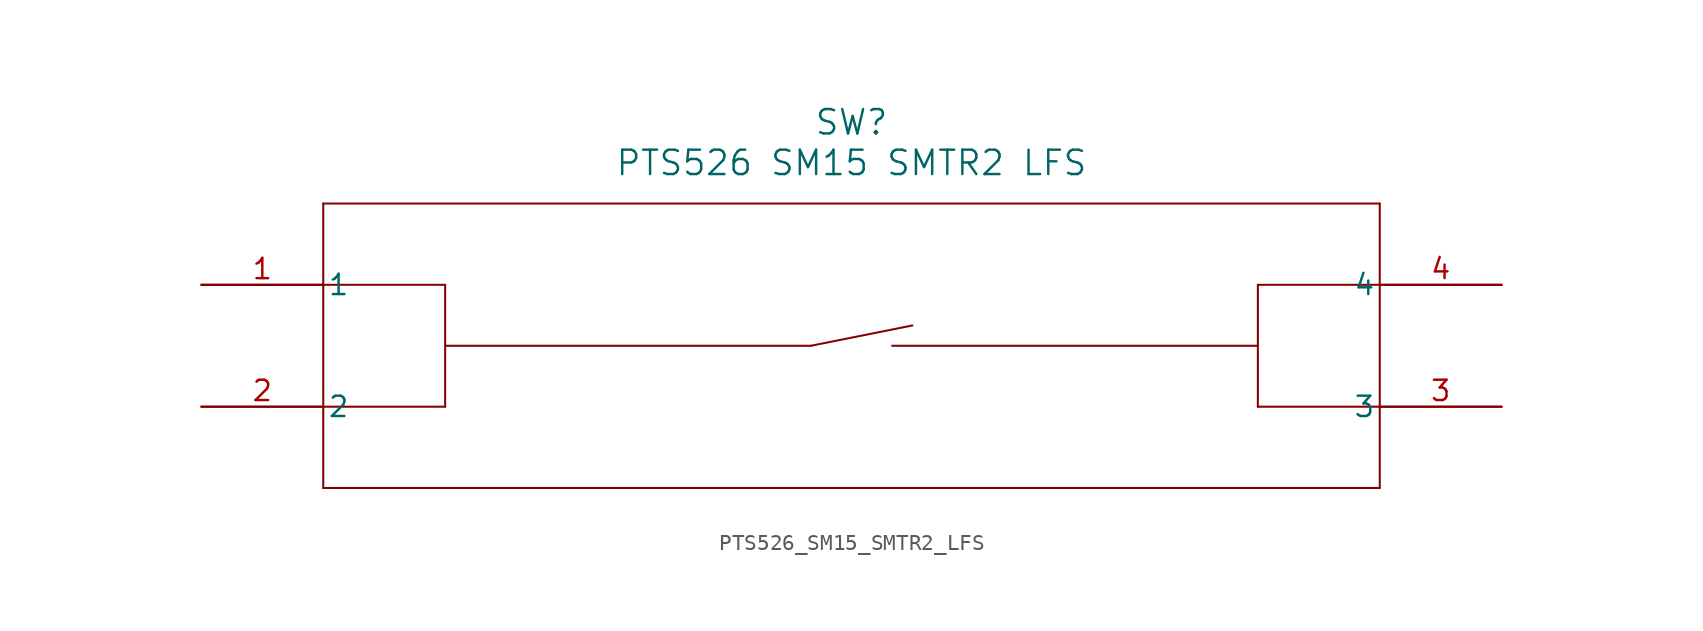
<source format=kicad_sym>
(kicad_symbol_lib
  (version 20211014)
  (generator kicad_symbol_editor)
  (symbol "PTS526_SM15_SMTR2_LFS"
    (pin_names
      (offset 0.254))
    (property "Reference" "SW"
      (at 40.64 10.16 0)
      (effects (font (size 1.524 1.524))))
    (property "Value" "PTS526 SM15 SMTR2 LFS"
      (at 40.64 7.62 0)
      (effects (font (size 1.524 1.524))))
    (polyline
      (pts (xy 7.62 5.08) (xy 7.62 -12.7))
      (stroke (width 0.127) (type default) (color 0 0 0 0))
      (fill (type none)))
    (polyline
      (pts (xy 7.62 -12.7) (xy 73.66 -12.7))
      (stroke (width 0.127) (type default) (color 0 0 0 0))
      (fill (type none)))
    (polyline
      (pts (xy 73.66 -12.7) (xy 73.66 5.08))
      (stroke (width 0.127) (type default) (color 0 0 0 0))
      (fill (type none)))
    (polyline
      (pts (xy 73.66 5.08) (xy 7.62 5.08))
      (stroke (width 0.127) (type default) (color 0 0 0 0))
      (fill (type none)))
    (polyline
      (pts (xy 7.62 0) (xy 15.24 0))
      (stroke (width 0.127) (type default) (color 0 0 0 0))
      (fill (type none)))
    (polyline
      (pts (xy 7.62 -7.62) (xy 15.24 -7.62))
      (stroke (width 0.127) (type default) (color 0 0 0 0))
      (fill (type none)))
    (polyline
      (pts (xy 15.24 0) (xy 15.24 -7.62))
      (stroke (width 0.127) (type default) (color 0 0 0 0))
      (fill (type none)))
    (polyline
      (pts (xy 73.66 0) (xy 66.04 0))
      (stroke (width 0.127) (type default) (color 0 0 0 0))
      (fill (type none)))
    (polyline
      (pts (xy 66.04 0) (xy 66.04 -7.62))
      (stroke (width 0.127) (type default) (color 0 0 0 0))
      (fill (type none)))
    (polyline
      (pts (xy 66.04 -7.62) (xy 73.66 -7.62))
      (stroke (width 0.127) (type default) (color 0 0 0 0))
      (fill (type none)))
    (polyline
      (pts (xy 15.24 -3.81) (xy 38.1 -3.81))
      (stroke (width 0.127) (type default) (color 0 0 0 0))
      (fill (type none)))
    (polyline
      (pts (xy 66.04 -3.81) (xy 43.18 -3.81))
      (stroke (width 0.127) (type default) (color 0 0 0 0))
      (fill (type none)))
    (polyline
      (pts (xy 38.1 -3.81) (xy 44.45 -2.54))
      (stroke (width 0.127) (type default) (color 0 0 0 0))
      (fill (type none)))
    (pin unspecified line
      (at 0 0 0)
      (length 7.62)
      (name "1" (effects (font (size 1.27 1.27))))
      (number "1" (effects (font (size 1.27 1.27)))))
    (pin unspecified line
      (at 0 -7.62 0)
      (length 7.62)
      (name "2" (effects (font (size 1.27 1.27))))
      (number "2" (effects (font (size 1.27 1.27)))))
    (pin unspecified line
      (at 81.28 -7.62 180)
      (length 7.62)
      (name "3" (effects (font (size 1.27 1.27))))
      (number "3" (effects (font (size 1.27 1.27)))))
    (pin unspecified line
      (at 81.28 0 180)
      (length 7.62)
      (name "4" (effects (font (size 1.27 1.27))))
      (number "4" (effects (font (size 1.27 1.27)))))))
</source>
